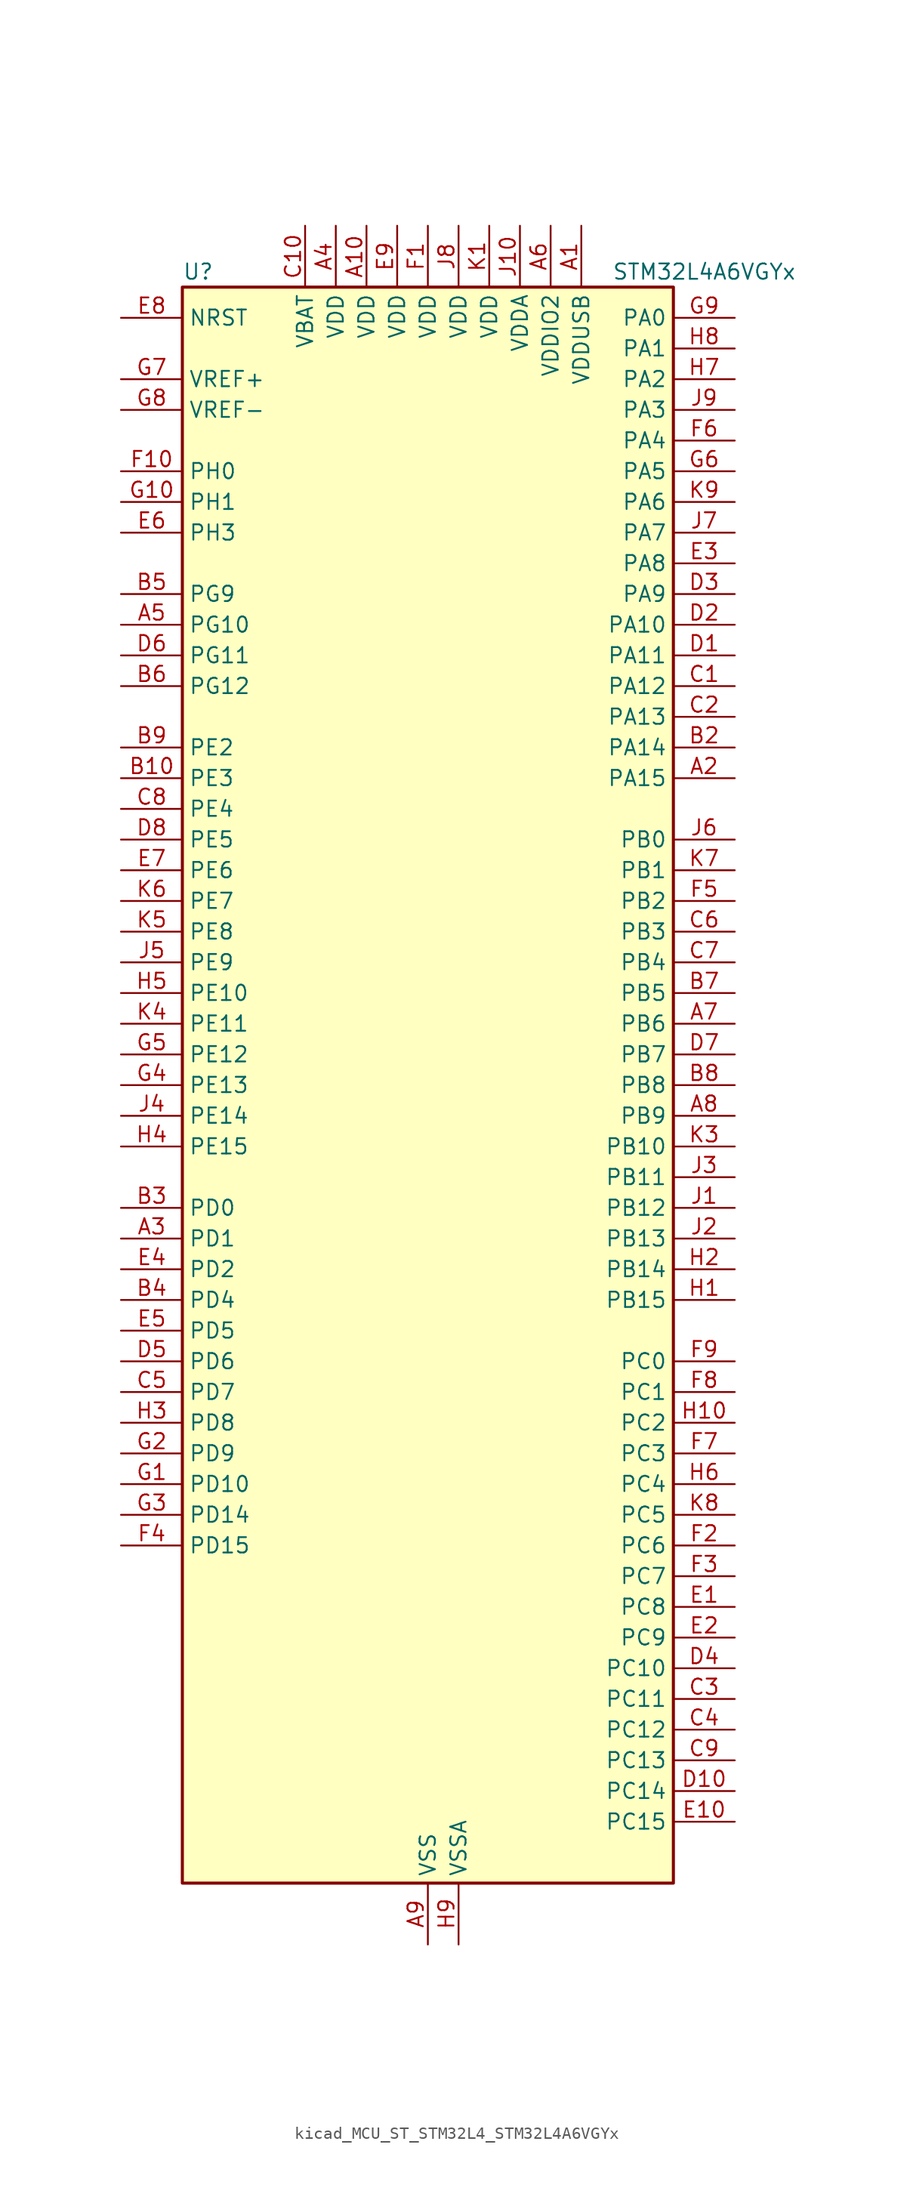
<source format=kicad_sym>
(kicad_symbol_lib
  (version 20220914)
  (generator kicad_symbol_editor)
  (symbol "kicad_MCU_ST_STM32L4_STM32L4A6VGYx"
    (property "Reference" "U"
      (at -20.32 67.31 0)
      (effects (font (size 1.27 1.27)) (justify left)))
    (property "Value" "STM32L4A6VGYx"
      (at 15.24 67.31 0)
      (effects (font (size 1.27 1.27)) (justify left)))
    (property "ki_locked" ""
      (at 0 0 0)
      (effects (font (size 1.27 1.27))))
    (symbol "kicad_MCU_ST_STM32L4_STM32L4A6VGYx_0_1"
      (rectangle (start -20.32 -66.04) (end 20.32 66.04) (stroke (width 0.254) (type default)) (fill (type background))))
    (symbol "kicad_MCU_ST_STM32L4_STM32L4A6VGYx_1_1"
      (pin power_in line (at 12.7 71.12 270) (length 5.08) (name "VDDUSB" (effects (font (size 1.27 1.27)))) (number "A1" (effects (font (size 1.27 1.27)))))
      (pin power_in line (at -5.08 71.12 270) (length 5.08) (name "VDD" (effects (font (size 1.27 1.27)))) (number "A10" (effects (font (size 1.27 1.27)))))
      (pin bidirectional line (at 25.4 25.4 180) (length 5.08) (name "PA15" (effects (font (size 1.27 1.27)))) (number "A2" (effects (font (size 1.27 1.27)))) (alternate "ADC1_EXTI15" bidirectional line) (alternate "ADC2_EXTI15" bidirectional line) (alternate "ADC3_EXTI15" bidirectional line) (alternate "LCD_SEG17" bidirectional line) (alternate "SAI2_FS_B" bidirectional line) (alternate "SPI1_NSS" bidirectional line) (alternate "SPI3_NSS" bidirectional line) (alternate "SWPMI1_SUSPEND" bidirectional line) (alternate "SYS_JTDI" bidirectional line) (alternate "TIM2_CH1" bidirectional line) (alternate "TIM2_ETR" bidirectional line) (alternate "TSC_G3_IO1" bidirectional line) (alternate "UART4_DE" bidirectional line) (alternate "UART4_RTS" bidirectional line) (alternate "USART2_RX" bidirectional line) (alternate "USART3_DE" bidirectional line) (alternate "USART3_RTS" bidirectional line))
      (pin bidirectional line (at -25.4 -12.7 0) (length 5.08) (name "PD1" (effects (font (size 1.27 1.27)))) (number "A3" (effects (font (size 1.27 1.27)))) (alternate "CAN1_TX" bidirectional line) (alternate "DFSDM1_CKIN7" bidirectional line) (alternate "FMC_D3" bidirectional line) (alternate "FMC_DA3" bidirectional line) (alternate "SPI2_SCK" bidirectional line))
      (pin power_in line (at -7.62 71.12 270) (length 5.08) (name "VDD" (effects (font (size 1.27 1.27)))) (number "A4" (effects (font (size 1.27 1.27)))))
      (pin bidirectional line (at -25.4 38.1 0) (length 5.08) (name "PG10" (effects (font (size 1.27 1.27)))) (number "A5" (effects (font (size 1.27 1.27)))) (alternate "LPTIM1_IN1" bidirectional line) (alternate "SAI2_FS_A" bidirectional line) (alternate "SPI3_MISO" bidirectional line) (alternate "TIM15_CH1" bidirectional line) (alternate "USART1_RX" bidirectional line))
      (pin power_in line (at 10.16 71.12 270) (length 5.08) (name "VDDIO2" (effects (font (size 1.27 1.27)))) (number "A6" (effects (font (size 1.27 1.27)))))
      (pin bidirectional line (at 25.4 5.08 180) (length 5.08) (name "PB6" (effects (font (size 1.27 1.27)))) (number "A7" (effects (font (size 1.27 1.27)))) (alternate "CAN2_TX" bidirectional line) (alternate "COMP2_INP" bidirectional line) (alternate "DCMI_D5" bidirectional line) (alternate "DFSDM1_DATIN5" bidirectional line) (alternate "I2C1_SCL" bidirectional line) (alternate "I2C4_SCL" bidirectional line) (alternate "LPTIM1_ETR" bidirectional line) (alternate "SAI1_FS_B" bidirectional line) (alternate "TIM16_CH1N" bidirectional line) (alternate "TIM4_CH1" bidirectional line) (alternate "TIM8_BKIN2" bidirectional line) (alternate "TIM8_BKIN2_COMP2" bidirectional line) (alternate "TSC_G2_IO3" bidirectional line) (alternate "USART1_TX" bidirectional line))
      (pin bidirectional line (at 25.4 -2.54 180) (length 5.08) (name "PB9" (effects (font (size 1.27 1.27)))) (number "A8" (effects (font (size 1.27 1.27)))) (alternate "CAN1_TX" bidirectional line) (alternate "DAC1_EXTI9" bidirectional line) (alternate "DCMI_D7" bidirectional line) (alternate "DFSDM1_CKIN6" bidirectional line) (alternate "I2C1_SDA" bidirectional line) (alternate "IR_OUT" bidirectional line) (alternate "LCD_COM3" bidirectional line) (alternate "SAI1_FS_A" bidirectional line) (alternate "SDMMC1_D5" bidirectional line) (alternate "SPI2_NSS" bidirectional line) (alternate "TIM17_CH1" bidirectional line) (alternate "TIM4_CH4" bidirectional line))
      (pin power_in line (at 0 -71.12 90) (length 5.08) (name "VSS" (effects (font (size 1.27 1.27)))) (number "A9" (effects (font (size 1.27 1.27)))))
      (pin passive line (at 0 -71.12 90) (length 5.08) hide (name "VSS" (effects (font (size 1.27 1.27)))) (number "B1" (effects (font (size 1.27 1.27)))))
      (pin bidirectional line (at -25.4 25.4 0) (length 5.08) (name "PE3" (effects (font (size 1.27 1.27)))) (number "B10" (effects (font (size 1.27 1.27)))) (alternate "FMC_A19" bidirectional line) (alternate "LCD_SEG39" bidirectional line) (alternate "SAI1_SD_B" bidirectional line) (alternate "SYS_TRACED0" bidirectional line) (alternate "TIM3_CH1" bidirectional line) (alternate "TSC_G7_IO2" bidirectional line))
      (pin bidirectional line (at 25.4 27.94 180) (length 5.08) (name "PA14" (effects (font (size 1.27 1.27)))) (number "B2" (effects (font (size 1.27 1.27)))) (alternate "I2C1_SMBA" bidirectional line) (alternate "I2C4_SMBA" bidirectional line) (alternate "LPTIM1_OUT" bidirectional line) (alternate "SAI1_FS_B" bidirectional line) (alternate "SWPMI1_RX" bidirectional line) (alternate "SYS_JTCK-SWCLK" bidirectional line) (alternate "USB_OTG_FS_SOF" bidirectional line))
      (pin bidirectional line (at -25.4 -10.16 0) (length 5.08) (name "PD0" (effects (font (size 1.27 1.27)))) (number "B3" (effects (font (size 1.27 1.27)))) (alternate "CAN1_RX" bidirectional line) (alternate "DFSDM1_DATIN7" bidirectional line) (alternate "FMC_D2" bidirectional line) (alternate "FMC_DA2" bidirectional line) (alternate "SPI2_NSS" bidirectional line))
      (pin bidirectional line (at -25.4 -17.78 0) (length 5.08) (name "PD4" (effects (font (size 1.27 1.27)))) (number "B4" (effects (font (size 1.27 1.27)))) (alternate "DFSDM1_CKIN0" bidirectional line) (alternate "FMC_NOE" bidirectional line) (alternate "QUADSPI_BK2_IO0" bidirectional line) (alternate "SPI2_MOSI" bidirectional line) (alternate "USART2_DE" bidirectional line) (alternate "USART2_RTS" bidirectional line))
      (pin bidirectional line (at -25.4 40.64 0) (length 5.08) (name "PG9" (effects (font (size 1.27 1.27)))) (number "B5" (effects (font (size 1.27 1.27)))) (alternate "DAC1_EXTI9" bidirectional line) (alternate "FMC_NCE" bidirectional line) (alternate "SAI2_SCK_A" bidirectional line) (alternate "SPI3_SCK" bidirectional line) (alternate "TIM15_CH1N" bidirectional line) (alternate "USART1_TX" bidirectional line))
      (pin bidirectional line (at -25.4 33.02 0) (length 5.08) (name "PG12" (effects (font (size 1.27 1.27)))) (number "B6" (effects (font (size 1.27 1.27)))) (alternate "LPTIM1_ETR" bidirectional line) (alternate "SAI2_SD_A" bidirectional line) (alternate "SPI3_NSS" bidirectional line) (alternate "USART1_DE" bidirectional line) (alternate "USART1_RTS" bidirectional line))
      (pin bidirectional line (at 25.4 7.62 180) (length 5.08) (name "PB5" (effects (font (size 1.27 1.27)))) (number "B7" (effects (font (size 1.27 1.27)))) (alternate "CAN2_RX" bidirectional line) (alternate "COMP2_OUT" bidirectional line) (alternate "DCMI_D10" bidirectional line) (alternate "I2C1_SMBA" bidirectional line) (alternate "LCD_SEG9" bidirectional line) (alternate "LPTIM1_IN1" bidirectional line) (alternate "SAI1_SD_B" bidirectional line) (alternate "SPI1_MOSI" bidirectional line) (alternate "SPI3_MOSI" bidirectional line) (alternate "TIM16_BKIN" bidirectional line) (alternate "TIM3_CH2" bidirectional line) (alternate "TSC_G2_IO2" bidirectional line) (alternate "UART5_CTS" bidirectional line) (alternate "USART1_CK" bidirectional line))
      (pin bidirectional line (at 25.4 0 180) (length 5.08) (name "PB8" (effects (font (size 1.27 1.27)))) (number "B8" (effects (font (size 1.27 1.27)))) (alternate "CAN1_RX" bidirectional line) (alternate "DCMI_D6" bidirectional line) (alternate "DFSDM1_DATIN6" bidirectional line) (alternate "I2C1_SCL" bidirectional line) (alternate "LCD_SEG16" bidirectional line) (alternate "SAI1_MCLK_A" bidirectional line) (alternate "SDMMC1_D4" bidirectional line) (alternate "TIM16_CH1" bidirectional line) (alternate "TIM4_CH3" bidirectional line))
      (pin bidirectional line (at -25.4 27.94 0) (length 5.08) (name "PE2" (effects (font (size 1.27 1.27)))) (number "B9" (effects (font (size 1.27 1.27)))) (alternate "FMC_A23" bidirectional line) (alternate "LCD_SEG38" bidirectional line) (alternate "SAI1_MCLK_A" bidirectional line) (alternate "SYS_TRACECLK" bidirectional line) (alternate "TIM3_ETR" bidirectional line) (alternate "TSC_G7_IO1" bidirectional line))
      (pin bidirectional line (at 25.4 33.02 180) (length 5.08) (name "PA12" (effects (font (size 1.27 1.27)))) (number "C1" (effects (font (size 1.27 1.27)))) (alternate "CAN1_TX" bidirectional line) (alternate "SPI1_MOSI" bidirectional line) (alternate "TIM1_ETR" bidirectional line) (alternate "USART1_DE" bidirectional line) (alternate "USART1_RTS" bidirectional line) (alternate "USB_OTG_FS_DP" bidirectional line))
      (pin power_in line (at -10.16 71.12 270) (length 5.08) (name "VBAT" (effects (font (size 1.27 1.27)))) (number "C10" (effects (font (size 1.27 1.27)))))
      (pin bidirectional line (at 25.4 30.48 180) (length 5.08) (name "PA13" (effects (font (size 1.27 1.27)))) (number "C2" (effects (font (size 1.27 1.27)))) (alternate "IR_OUT" bidirectional line) (alternate "SAI1_SD_B" bidirectional line) (alternate "SWPMI1_TX" bidirectional line) (alternate "SYS_JTMS-SWDIO" bidirectional line) (alternate "USB_OTG_FS_NOE" bidirectional line))
      (pin bidirectional line (at 25.4 -50.8 180) (length 5.08) (name "PC11" (effects (font (size 1.27 1.27)))) (number "C3" (effects (font (size 1.27 1.27)))) (alternate "ADC1_EXTI11" bidirectional line) (alternate "ADC2_EXTI11" bidirectional line) (alternate "ADC3_EXTI11" bidirectional line) (alternate "DCMI_D4" bidirectional line) (alternate "LCD_COM5" bidirectional line) (alternate "LCD_SEG29" bidirectional line) (alternate "LCD_SEG41" bidirectional line) (alternate "QUADSPI_BK2_NCS" bidirectional line) (alternate "SAI2_MCLK_B" bidirectional line) (alternate "SDMMC1_D3" bidirectional line) (alternate "SPI3_MISO" bidirectional line) (alternate "TSC_G3_IO3" bidirectional line) (alternate "UART4_RX" bidirectional line) (alternate "USART3_RX" bidirectional line))
      (pin bidirectional line (at 25.4 -53.34 180) (length 5.08) (name "PC12" (effects (font (size 1.27 1.27)))) (number "C4" (effects (font (size 1.27 1.27)))) (alternate "DCMI_D9" bidirectional line) (alternate "LCD_COM6" bidirectional line) (alternate "LCD_SEG30" bidirectional line) (alternate "LCD_SEG42" bidirectional line) (alternate "SAI2_SD_B" bidirectional line) (alternate "SDMMC1_CK" bidirectional line) (alternate "SPI3_MOSI" bidirectional line) (alternate "SYS_TRACED3" bidirectional line) (alternate "TSC_G3_IO4" bidirectional line) (alternate "UART5_TX" bidirectional line) (alternate "USART3_CK" bidirectional line))
      (pin bidirectional line (at -25.4 -25.4 0) (length 5.08) (name "PD7" (effects (font (size 1.27 1.27)))) (number "C5" (effects (font (size 1.27 1.27)))) (alternate "DFSDM1_CKIN1" bidirectional line) (alternate "FMC_NE1" bidirectional line) (alternate "QUADSPI_BK2_IO3" bidirectional line) (alternate "USART2_CK" bidirectional line))
      (pin bidirectional line (at 25.4 12.7 180) (length 5.08) (name "PB3" (effects (font (size 1.27 1.27)))) (number "C6" (effects (font (size 1.27 1.27)))) (alternate "COMP2_INM" bidirectional line) (alternate "CRS_SYNC" bidirectional line) (alternate "LCD_SEG7" bidirectional line) (alternate "SAI1_SCK_B" bidirectional line) (alternate "SPI1_SCK" bidirectional line) (alternate "SPI3_SCK" bidirectional line) (alternate "SYS_JTDO-SWO" bidirectional line) (alternate "TIM2_CH2" bidirectional line) (alternate "USART1_DE" bidirectional line) (alternate "USART1_RTS" bidirectional line))
      (pin bidirectional line (at 25.4 10.16 180) (length 5.08) (name "PB4" (effects (font (size 1.27 1.27)))) (number "C7" (effects (font (size 1.27 1.27)))) (alternate "COMP2_INP" bidirectional line) (alternate "DCMI_D12" bidirectional line) (alternate "I2C3_SDA" bidirectional line) (alternate "LCD_SEG8" bidirectional line) (alternate "SAI1_MCLK_B" bidirectional line) (alternate "SPI1_MISO" bidirectional line) (alternate "SPI3_MISO" bidirectional line) (alternate "SYS_JTRST" bidirectional line) (alternate "TIM17_BKIN" bidirectional line) (alternate "TIM3_CH1" bidirectional line) (alternate "TSC_G2_IO1" bidirectional line) (alternate "UART5_DE" bidirectional line) (alternate "UART5_RTS" bidirectional line) (alternate "USART1_CTS" bidirectional line))
      (pin bidirectional line (at -25.4 22.86 0) (length 5.08) (name "PE4" (effects (font (size 1.27 1.27)))) (number "C8" (effects (font (size 1.27 1.27)))) (alternate "DCMI_D4" bidirectional line) (alternate "DFSDM1_DATIN3" bidirectional line) (alternate "FMC_A20" bidirectional line) (alternate "SAI1_FS_A" bidirectional line) (alternate "SYS_TRACED1" bidirectional line) (alternate "TIM3_CH2" bidirectional line) (alternate "TSC_G7_IO3" bidirectional line))
      (pin bidirectional line (at 25.4 -55.88 180) (length 5.08) (name "PC13" (effects (font (size 1.27 1.27)))) (number "C9" (effects (font (size 1.27 1.27)))) (alternate "RTC_OUT_ALARM" bidirectional line) (alternate "RTC_OUT_CALIB" bidirectional line) (alternate "RTC_TAMP1" bidirectional line) (alternate "RTC_TS" bidirectional line) (alternate "SYS_WKUP2" bidirectional line))
      (pin bidirectional line (at 25.4 35.56 180) (length 5.08) (name "PA11" (effects (font (size 1.27 1.27)))) (number "D1" (effects (font (size 1.27 1.27)))) (alternate "ADC1_EXTI11" bidirectional line) (alternate "ADC2_EXTI11" bidirectional line) (alternate "ADC3_EXTI11" bidirectional line) (alternate "CAN1_RX" bidirectional line) (alternate "SPI1_MISO" bidirectional line) (alternate "TIM1_BKIN2" bidirectional line) (alternate "TIM1_BKIN2_COMP1" bidirectional line) (alternate "TIM1_CH4" bidirectional line) (alternate "USART1_CTS" bidirectional line) (alternate "USB_OTG_FS_DM" bidirectional line))
      (pin bidirectional line (at 25.4 -58.42 180) (length 5.08) (name "PC14" (effects (font (size 1.27 1.27)))) (number "D10" (effects (font (size 1.27 1.27)))) (alternate "RCC_OSC32_IN" bidirectional line))
      (pin bidirectional line (at 25.4 38.1 180) (length 5.08) (name "PA10" (effects (font (size 1.27 1.27)))) (number "D2" (effects (font (size 1.27 1.27)))) (alternate "DCMI_D1" bidirectional line) (alternate "LCD_COM2" bidirectional line) (alternate "SAI1_SD_A" bidirectional line) (alternate "TIM17_BKIN" bidirectional line) (alternate "TIM1_CH3" bidirectional line) (alternate "USART1_RX" bidirectional line) (alternate "USB_OTG_FS_ID" bidirectional line))
      (pin bidirectional line (at 25.4 40.64 180) (length 5.08) (name "PA9" (effects (font (size 1.27 1.27)))) (number "D3" (effects (font (size 1.27 1.27)))) (alternate "DAC1_EXTI9" bidirectional line) (alternate "DCMI_D0" bidirectional line) (alternate "LCD_COM1" bidirectional line) (alternate "SAI1_FS_A" bidirectional line) (alternate "SPI2_SCK" bidirectional line) (alternate "TIM15_BKIN" bidirectional line) (alternate "TIM1_CH2" bidirectional line) (alternate "USART1_TX" bidirectional line) (alternate "USB_OTG_FS_VBUS" bidirectional line))
      (pin bidirectional line (at 25.4 -48.26 180) (length 5.08) (name "PC10" (effects (font (size 1.27 1.27)))) (number "D4" (effects (font (size 1.27 1.27)))) (alternate "DCMI_D8" bidirectional line) (alternate "LCD_COM4" bidirectional line) (alternate "LCD_SEG28" bidirectional line) (alternate "LCD_SEG40" bidirectional line) (alternate "SAI2_SCK_B" bidirectional line) (alternate "SDMMC1_D2" bidirectional line) (alternate "SPI3_SCK" bidirectional line) (alternate "SYS_TRACED1" bidirectional line) (alternate "TSC_G3_IO2" bidirectional line) (alternate "UART4_TX" bidirectional line) (alternate "USART3_TX" bidirectional line))
      (pin bidirectional line (at -25.4 -22.86 0) (length 5.08) (name "PD6" (effects (font (size 1.27 1.27)))) (number "D5" (effects (font (size 1.27 1.27)))) (alternate "DCMI_D10" bidirectional line) (alternate "DFSDM1_DATIN1" bidirectional line) (alternate "FMC_NWAIT" bidirectional line) (alternate "QUADSPI_BK2_IO1" bidirectional line) (alternate "QUADSPI_BK2_IO2" bidirectional line) (alternate "SAI1_SD_A" bidirectional line) (alternate "USART2_RX" bidirectional line))
      (pin bidirectional line (at -25.4 35.56 0) (length 5.08) (name "PG11" (effects (font (size 1.27 1.27)))) (number "D6" (effects (font (size 1.27 1.27)))) (alternate "ADC1_EXTI11" bidirectional line) (alternate "ADC2_EXTI11" bidirectional line) (alternate "ADC3_EXTI11" bidirectional line) (alternate "LPTIM1_IN2" bidirectional line) (alternate "SAI2_MCLK_A" bidirectional line) (alternate "SPI3_MOSI" bidirectional line) (alternate "TIM15_CH2" bidirectional line) (alternate "USART1_CTS" bidirectional line))
      (pin bidirectional line (at 25.4 2.54 180) (length 5.08) (name "PB7" (effects (font (size 1.27 1.27)))) (number "D7" (effects (font (size 1.27 1.27)))) (alternate "COMP2_INM" bidirectional line) (alternate "DCMI_VSYNC" bidirectional line) (alternate "DFSDM1_CKIN5" bidirectional line) (alternate "FMC_NL" bidirectional line) (alternate "I2C1_SDA" bidirectional line) (alternate "I2C4_SDA" bidirectional line) (alternate "LCD_SEG21" bidirectional line) (alternate "LPTIM1_IN2" bidirectional line) (alternate "SYS_PVD_IN" bidirectional line) (alternate "TIM17_CH1N" bidirectional line) (alternate "TIM4_CH2" bidirectional line) (alternate "TIM8_BKIN" bidirectional line) (alternate "TIM8_BKIN_COMP1" bidirectional line) (alternate "TSC_G2_IO4" bidirectional line) (alternate "UART4_CTS" bidirectional line) (alternate "USART1_RX" bidirectional line))
      (pin bidirectional line (at -25.4 20.32 0) (length 5.08) (name "PE5" (effects (font (size 1.27 1.27)))) (number "D8" (effects (font (size 1.27 1.27)))) (alternate "DCMI_D6" bidirectional line) (alternate "DFSDM1_CKIN3" bidirectional line) (alternate "FMC_A21" bidirectional line) (alternate "SAI1_SCK_A" bidirectional line) (alternate "SYS_TRACED2" bidirectional line) (alternate "TIM3_CH3" bidirectional line) (alternate "TSC_G7_IO4" bidirectional line))
      (pin passive line (at 0 -71.12 90) (length 5.08) hide (name "VSS" (effects (font (size 1.27 1.27)))) (number "D9" (effects (font (size 1.27 1.27)))))
      (pin bidirectional line (at 25.4 -43.18 180) (length 5.08) (name "PC8" (effects (font (size 1.27 1.27)))) (number "E1" (effects (font (size 1.27 1.27)))) (alternate "DCMI_D2" bidirectional line) (alternate "LCD_SEG26" bidirectional line) (alternate "SDMMC1_D0" bidirectional line) (alternate "TIM3_CH3" bidirectional line) (alternate "TIM8_CH3" bidirectional line) (alternate "TSC_G4_IO3" bidirectional line))
      (pin bidirectional line (at 25.4 -60.96 180) (length 5.08) (name "PC15" (effects (font (size 1.27 1.27)))) (number "E10" (effects (font (size 1.27 1.27)))) (alternate "ADC1_EXTI15" bidirectional line) (alternate "ADC2_EXTI15" bidirectional line) (alternate "ADC3_EXTI15" bidirectional line) (alternate "RCC_OSC32_OUT" bidirectional line))
      (pin bidirectional line (at 25.4 -45.72 180) (length 5.08) (name "PC9" (effects (font (size 1.27 1.27)))) (number "E2" (effects (font (size 1.27 1.27)))) (alternate "DAC1_EXTI9" bidirectional line) (alternate "DCMI_D3" bidirectional line) (alternate "I2C3_SDA" bidirectional line) (alternate "LCD_SEG27" bidirectional line) (alternate "SAI2_EXTCLK" bidirectional line) (alternate "SDMMC1_D1" bidirectional line) (alternate "TIM3_CH4" bidirectional line) (alternate "TIM8_BKIN2" bidirectional line) (alternate "TIM8_BKIN2_COMP1" bidirectional line) (alternate "TIM8_CH4" bidirectional line) (alternate "TSC_G4_IO4" bidirectional line) (alternate "USB_OTG_FS_NOE" bidirectional line))
      (pin bidirectional line (at 25.4 43.18 180) (length 5.08) (name "PA8" (effects (font (size 1.27 1.27)))) (number "E3" (effects (font (size 1.27 1.27)))) (alternate "LCD_COM0" bidirectional line) (alternate "LPTIM2_OUT" bidirectional line) (alternate "RCC_MCO" bidirectional line) (alternate "SAI1_SCK_A" bidirectional line) (alternate "SWPMI1_IO" bidirectional line) (alternate "TIM1_CH1" bidirectional line) (alternate "USART1_CK" bidirectional line) (alternate "USB_OTG_FS_SOF" bidirectional line))
      (pin bidirectional line (at -25.4 -15.24 0) (length 5.08) (name "PD2" (effects (font (size 1.27 1.27)))) (number "E4" (effects (font (size 1.27 1.27)))) (alternate "DCMI_D11" bidirectional line) (alternate "LCD_COM7" bidirectional line) (alternate "LCD_SEG31" bidirectional line) (alternate "LCD_SEG43" bidirectional line) (alternate "SDMMC1_CMD" bidirectional line) (alternate "SYS_TRACED2" bidirectional line) (alternate "TIM3_ETR" bidirectional line) (alternate "TSC_SYNC" bidirectional line) (alternate "UART5_RX" bidirectional line) (alternate "USART3_DE" bidirectional line) (alternate "USART3_RTS" bidirectional line))
      (pin bidirectional line (at -25.4 -20.32 0) (length 5.08) (name "PD5" (effects (font (size 1.27 1.27)))) (number "E5" (effects (font (size 1.27 1.27)))) (alternate "FMC_NWE" bidirectional line) (alternate "QUADSPI_BK2_IO1" bidirectional line) (alternate "USART2_TX" bidirectional line))
      (pin bidirectional line (at -25.4 45.72 0) (length 5.08) (name "PH3" (effects (font (size 1.27 1.27)))) (number "E6" (effects (font (size 1.27 1.27)))))
      (pin bidirectional line (at -25.4 17.78 0) (length 5.08) (name "PE6" (effects (font (size 1.27 1.27)))) (number "E7" (effects (font (size 1.27 1.27)))) (alternate "DCMI_D7" bidirectional line) (alternate "FMC_A22" bidirectional line) (alternate "RTC_TAMP3" bidirectional line) (alternate "SAI1_SD_A" bidirectional line) (alternate "SYS_TRACED3" bidirectional line) (alternate "SYS_WKUP3" bidirectional line) (alternate "TIM3_CH4" bidirectional line))
      (pin input line (at -25.4 63.5 0) (length 5.08) (name "NRST" (effects (font (size 1.27 1.27)))) (number "E8" (effects (font (size 1.27 1.27)))))
      (pin power_in line (at -2.54 71.12 270) (length 5.08) (name "VDD" (effects (font (size 1.27 1.27)))) (number "E9" (effects (font (size 1.27 1.27)))))
      (pin power_in line (at 0 71.12 270) (length 5.08) (name "VDD" (effects (font (size 1.27 1.27)))) (number "F1" (effects (font (size 1.27 1.27)))))
      (pin bidirectional line (at -25.4 50.8 0) (length 5.08) (name "PH0" (effects (font (size 1.27 1.27)))) (number "F10" (effects (font (size 1.27 1.27)))) (alternate "RCC_OSC_IN" bidirectional line))
      (pin bidirectional line (at 25.4 -38.1 180) (length 5.08) (name "PC6" (effects (font (size 1.27 1.27)))) (number "F2" (effects (font (size 1.27 1.27)))) (alternate "DCMI_D0" bidirectional line) (alternate "DFSDM1_CKIN3" bidirectional line) (alternate "LCD_SEG24" bidirectional line) (alternate "SAI2_MCLK_A" bidirectional line) (alternate "SDMMC1_D6" bidirectional line) (alternate "TIM3_CH1" bidirectional line) (alternate "TIM8_CH1" bidirectional line) (alternate "TSC_G4_IO1" bidirectional line))
      (pin bidirectional line (at 25.4 -40.64 180) (length 5.08) (name "PC7" (effects (font (size 1.27 1.27)))) (number "F3" (effects (font (size 1.27 1.27)))) (alternate "DCMI_D1" bidirectional line) (alternate "DFSDM1_DATIN3" bidirectional line) (alternate "LCD_SEG25" bidirectional line) (alternate "SAI2_MCLK_B" bidirectional line) (alternate "SDMMC1_D7" bidirectional line) (alternate "TIM3_CH2" bidirectional line) (alternate "TIM8_CH2" bidirectional line) (alternate "TSC_G4_IO2" bidirectional line))
      (pin bidirectional line (at -25.4 -38.1 0) (length 5.08) (name "PD15" (effects (font (size 1.27 1.27)))) (number "F4" (effects (font (size 1.27 1.27)))) (alternate "ADC1_EXTI15" bidirectional line) (alternate "ADC2_EXTI15" bidirectional line) (alternate "ADC3_EXTI15" bidirectional line) (alternate "FMC_D1" bidirectional line) (alternate "FMC_DA1" bidirectional line) (alternate "LCD_SEG35" bidirectional line) (alternate "TIM4_CH4" bidirectional line))
      (pin bidirectional line (at 25.4 15.24 180) (length 5.08) (name "PB2" (effects (font (size 1.27 1.27)))) (number "F5" (effects (font (size 1.27 1.27)))) (alternate "COMP1_INP" bidirectional line) (alternate "DFSDM1_CKIN0" bidirectional line) (alternate "I2C3_SMBA" bidirectional line) (alternate "LCD_VLCD" bidirectional line) (alternate "LPTIM1_OUT" bidirectional line) (alternate "RTC_OUT_ALARM" bidirectional line) (alternate "RTC_OUT_CALIB" bidirectional line))
      (pin bidirectional line (at 25.4 53.34 180) (length 5.08) (name "PA4" (effects (font (size 1.27 1.27)))) (number "F6" (effects (font (size 1.27 1.27)))) (alternate "ADC1_IN9" bidirectional line) (alternate "ADC2_IN9" bidirectional line) (alternate "DAC1_OUT1" bidirectional line) (alternate "DCMI_HSYNC" bidirectional line) (alternate "LPTIM2_OUT" bidirectional line) (alternate "SAI1_FS_B" bidirectional line) (alternate "SPI1_NSS" bidirectional line) (alternate "SPI3_NSS" bidirectional line) (alternate "USART2_CK" bidirectional line))
      (pin bidirectional line (at 25.4 -30.48 180) (length 5.08) (name "PC3" (effects (font (size 1.27 1.27)))) (number "F7" (effects (font (size 1.27 1.27)))) (alternate "ADC1_IN4" bidirectional line) (alternate "ADC2_IN4" bidirectional line) (alternate "ADC3_IN4" bidirectional line) (alternate "LCD_VLCD" bidirectional line) (alternate "LPTIM1_ETR" bidirectional line) (alternate "LPTIM2_ETR" bidirectional line) (alternate "QUADSPI_BK2_IO2" bidirectional line) (alternate "SAI1_SD_A" bidirectional line) (alternate "SPI2_MOSI" bidirectional line))
      (pin bidirectional line (at 25.4 -25.4 180) (length 5.08) (name "PC1" (effects (font (size 1.27 1.27)))) (number "F8" (effects (font (size 1.27 1.27)))) (alternate "ADC1_IN2" bidirectional line) (alternate "ADC2_IN2" bidirectional line) (alternate "ADC3_IN2" bidirectional line) (alternate "DFSDM1_CKIN4" bidirectional line) (alternate "I2C3_SDA" bidirectional line) (alternate "I2C4_SDA" bidirectional line) (alternate "LCD_SEG19" bidirectional line) (alternate "LPTIM1_OUT" bidirectional line) (alternate "LPUART1_TX" bidirectional line) (alternate "QUADSPI_BK2_IO0" bidirectional line) (alternate "SAI1_SD_A" bidirectional line) (alternate "SPI2_MOSI" bidirectional line) (alternate "SYS_TRACED0" bidirectional line))
      (pin bidirectional line (at 25.4 -22.86 180) (length 5.08) (name "PC0" (effects (font (size 1.27 1.27)))) (number "F9" (effects (font (size 1.27 1.27)))) (alternate "ADC1_IN1" bidirectional line) (alternate "ADC2_IN1" bidirectional line) (alternate "ADC3_IN1" bidirectional line) (alternate "DFSDM1_DATIN4" bidirectional line) (alternate "I2C3_SCL" bidirectional line) (alternate "I2C4_SCL" bidirectional line) (alternate "LCD_SEG18" bidirectional line) (alternate "LPTIM1_IN1" bidirectional line) (alternate "LPTIM2_IN1" bidirectional line) (alternate "LPUART1_RX" bidirectional line))
      (pin bidirectional line (at -25.4 -33.02 0) (length 5.08) (name "PD10" (effects (font (size 1.27 1.27)))) (number "G1" (effects (font (size 1.27 1.27)))) (alternate "FMC_D15" bidirectional line) (alternate "FMC_DA15" bidirectional line) (alternate "LCD_SEG30" bidirectional line) (alternate "SAI2_SCK_A" bidirectional line) (alternate "USART3_CK" bidirectional line))
      (pin bidirectional line (at -25.4 48.26 0) (length 5.08) (name "PH1" (effects (font (size 1.27 1.27)))) (number "G10" (effects (font (size 1.27 1.27)))) (alternate "RCC_OSC_OUT" bidirectional line))
      (pin bidirectional line (at -25.4 -30.48 0) (length 5.08) (name "PD9" (effects (font (size 1.27 1.27)))) (number "G2" (effects (font (size 1.27 1.27)))) (alternate "DAC1_EXTI9" bidirectional line) (alternate "DCMI_PIXCLK" bidirectional line) (alternate "FMC_D14" bidirectional line) (alternate "FMC_DA14" bidirectional line) (alternate "LCD_SEG29" bidirectional line) (alternate "SAI2_MCLK_A" bidirectional line) (alternate "USART3_RX" bidirectional line))
      (pin bidirectional line (at -25.4 -35.56 0) (length 5.08) (name "PD14" (effects (font (size 1.27 1.27)))) (number "G3" (effects (font (size 1.27 1.27)))) (alternate "FMC_D0" bidirectional line) (alternate "FMC_DA0" bidirectional line) (alternate "LCD_SEG34" bidirectional line) (alternate "TIM4_CH3" bidirectional line))
      (pin bidirectional line (at -25.4 0 0) (length 5.08) (name "PE13" (effects (font (size 1.27 1.27)))) (number "G4" (effects (font (size 1.27 1.27)))) (alternate "DFSDM1_CKIN5" bidirectional line) (alternate "FMC_D10" bidirectional line) (alternate "FMC_DA10" bidirectional line) (alternate "QUADSPI_BK1_IO1" bidirectional line) (alternate "SPI1_SCK" bidirectional line) (alternate "TIM1_CH3" bidirectional line) (alternate "TSC_G5_IO4" bidirectional line))
      (pin bidirectional line (at -25.4 2.54 0) (length 5.08) (name "PE12" (effects (font (size 1.27 1.27)))) (number "G5" (effects (font (size 1.27 1.27)))) (alternate "DFSDM1_DATIN5" bidirectional line) (alternate "FMC_D9" bidirectional line) (alternate "FMC_DA9" bidirectional line) (alternate "QUADSPI_BK1_IO0" bidirectional line) (alternate "SPI1_NSS" bidirectional line) (alternate "TIM1_CH3N" bidirectional line) (alternate "TSC_G5_IO3" bidirectional line))
      (pin bidirectional line (at 25.4 50.8 180) (length 5.08) (name "PA5" (effects (font (size 1.27 1.27)))) (number "G6" (effects (font (size 1.27 1.27)))) (alternate "ADC1_IN10" bidirectional line) (alternate "ADC2_IN10" bidirectional line) (alternate "DAC1_OUT2" bidirectional line) (alternate "LPTIM2_ETR" bidirectional line) (alternate "SPI1_SCK" bidirectional line) (alternate "TIM2_CH1" bidirectional line) (alternate "TIM2_ETR" bidirectional line) (alternate "TIM8_CH1N" bidirectional line))
      (pin input line (at -25.4 58.42 0) (length 5.08) (name "VREF+" (effects (font (size 1.27 1.27)))) (number "G7" (effects (font (size 1.27 1.27)))) (alternate "VREFBUF_OUT" bidirectional line))
      (pin input line (at -25.4 55.88 0) (length 5.08) (name "VREF-" (effects (font (size 1.27 1.27)))) (number "G8" (effects (font (size 1.27 1.27)))))
      (pin bidirectional line (at 25.4 63.5 180) (length 5.08) (name "PA0" (effects (font (size 1.27 1.27)))) (number "G9" (effects (font (size 1.27 1.27)))) (alternate "ADC1_IN5" bidirectional line) (alternate "ADC2_IN5" bidirectional line) (alternate "OPAMP1_VINP" bidirectional line) (alternate "RTC_TAMP2" bidirectional line) (alternate "SAI1_EXTCLK" bidirectional line) (alternate "SYS_WKUP1" bidirectional line) (alternate "TIM2_CH1" bidirectional line) (alternate "TIM2_ETR" bidirectional line) (alternate "TIM5_CH1" bidirectional line) (alternate "TIM8_ETR" bidirectional line) (alternate "UART4_TX" bidirectional line) (alternate "USART2_CTS" bidirectional line))
      (pin bidirectional line (at 25.4 -17.78 180) (length 5.08) (name "PB15" (effects (font (size 1.27 1.27)))) (number "H1" (effects (font (size 1.27 1.27)))) (alternate "ADC1_EXTI15" bidirectional line) (alternate "ADC2_EXTI15" bidirectional line) (alternate "ADC3_EXTI15" bidirectional line) (alternate "DFSDM1_CKIN2" bidirectional line) (alternate "LCD_SEG15" bidirectional line) (alternate "RTC_REFIN" bidirectional line) (alternate "SAI2_SD_A" bidirectional line) (alternate "SPI2_MOSI" bidirectional line) (alternate "SWPMI1_SUSPEND" bidirectional line) (alternate "TIM15_CH2" bidirectional line) (alternate "TIM1_CH3N" bidirectional line) (alternate "TIM8_CH3N" bidirectional line) (alternate "TSC_G1_IO4" bidirectional line))
      (pin bidirectional line (at 25.4 -27.94 180) (length 5.08) (name "PC2" (effects (font (size 1.27 1.27)))) (number "H10" (effects (font (size 1.27 1.27)))) (alternate "ADC1_IN3" bidirectional line) (alternate "ADC2_IN3" bidirectional line) (alternate "ADC3_IN3" bidirectional line) (alternate "DFSDM1_CKOUT" bidirectional line) (alternate "LCD_SEG20" bidirectional line) (alternate "LPTIM1_IN2" bidirectional line) (alternate "QUADSPI_BK2_IO1" bidirectional line) (alternate "SPI2_MISO" bidirectional line))
      (pin bidirectional line (at 25.4 -15.24 180) (length 5.08) (name "PB14" (effects (font (size 1.27 1.27)))) (number "H2" (effects (font (size 1.27 1.27)))) (alternate "DFSDM1_DATIN2" bidirectional line) (alternate "I2C2_SDA" bidirectional line) (alternate "LCD_SEG14" bidirectional line) (alternate "SAI2_MCLK_A" bidirectional line) (alternate "SPI2_MISO" bidirectional line) (alternate "SWPMI1_RX" bidirectional line) (alternate "TIM15_CH1" bidirectional line) (alternate "TIM1_CH2N" bidirectional line) (alternate "TIM8_CH2N" bidirectional line) (alternate "TSC_G1_IO3" bidirectional line) (alternate "USART3_DE" bidirectional line) (alternate "USART3_RTS" bidirectional line))
      (pin bidirectional line (at -25.4 -27.94 0) (length 5.08) (name "PD8" (effects (font (size 1.27 1.27)))) (number "H3" (effects (font (size 1.27 1.27)))) (alternate "DCMI_HSYNC" bidirectional line) (alternate "FMC_D13" bidirectional line) (alternate "FMC_DA13" bidirectional line) (alternate "LCD_SEG28" bidirectional line) (alternate "USART3_TX" bidirectional line))
      (pin bidirectional line (at -25.4 -5.08 0) (length 5.08) (name "PE15" (effects (font (size 1.27 1.27)))) (number "H4" (effects (font (size 1.27 1.27)))) (alternate "ADC1_EXTI15" bidirectional line) (alternate "ADC2_EXTI15" bidirectional line) (alternate "ADC3_EXTI15" bidirectional line) (alternate "FMC_D12" bidirectional line) (alternate "FMC_DA12" bidirectional line) (alternate "QUADSPI_BK1_IO3" bidirectional line) (alternate "SPI1_MOSI" bidirectional line) (alternate "TIM1_BKIN" bidirectional line) (alternate "TIM1_BKIN_COMP1" bidirectional line))
      (pin bidirectional line (at -25.4 7.62 0) (length 5.08) (name "PE10" (effects (font (size 1.27 1.27)))) (number "H5" (effects (font (size 1.27 1.27)))) (alternate "DFSDM1_DATIN4" bidirectional line) (alternate "FMC_D7" bidirectional line) (alternate "FMC_DA7" bidirectional line) (alternate "QUADSPI_CLK" bidirectional line) (alternate "SAI1_MCLK_B" bidirectional line) (alternate "TIM1_CH2N" bidirectional line) (alternate "TSC_G5_IO1" bidirectional line))
      (pin bidirectional line (at 25.4 -33.02 180) (length 5.08) (name "PC4" (effects (font (size 1.27 1.27)))) (number "H6" (effects (font (size 1.27 1.27)))) (alternate "ADC1_IN13" bidirectional line) (alternate "ADC2_IN13" bidirectional line) (alternate "COMP1_INM" bidirectional line) (alternate "LCD_SEG22" bidirectional line) (alternate "QUADSPI_BK2_IO3" bidirectional line) (alternate "USART3_TX" bidirectional line))
      (pin bidirectional line (at 25.4 58.42 180) (length 5.08) (name "PA2" (effects (font (size 1.27 1.27)))) (number "H7" (effects (font (size 1.27 1.27)))) (alternate "ADC1_IN7" bidirectional line) (alternate "ADC2_IN7" bidirectional line) (alternate "LCD_SEG1" bidirectional line) (alternate "LPUART1_TX" bidirectional line) (alternate "QUADSPI_BK1_NCS" bidirectional line) (alternate "RCC_LSCO" bidirectional line) (alternate "SAI2_EXTCLK" bidirectional line) (alternate "SYS_WKUP4" bidirectional line) (alternate "TIM15_CH1" bidirectional line) (alternate "TIM2_CH3" bidirectional line) (alternate "TIM5_CH3" bidirectional line) (alternate "USART2_TX" bidirectional line))
      (pin bidirectional line (at 25.4 60.96 180) (length 5.08) (name "PA1" (effects (font (size 1.27 1.27)))) (number "H8" (effects (font (size 1.27 1.27)))) (alternate "ADC1_IN6" bidirectional line) (alternate "ADC2_IN6" bidirectional line) (alternate "I2C1_SMBA" bidirectional line) (alternate "LCD_SEG0" bidirectional line) (alternate "OPAMP1_VINM" bidirectional line) (alternate "SPI1_SCK" bidirectional line) (alternate "TIM15_CH1N" bidirectional line) (alternate "TIM2_CH2" bidirectional line) (alternate "TIM5_CH2" bidirectional line) (alternate "UART4_RX" bidirectional line) (alternate "USART2_DE" bidirectional line) (alternate "USART2_RTS" bidirectional line))
      (pin power_in line (at 2.54 -71.12 90) (length 5.08) (name "VSSA" (effects (font (size 1.27 1.27)))) (number "H9" (effects (font (size 1.27 1.27)))))
      (pin bidirectional line (at 25.4 -10.16 180) (length 5.08) (name "PB12" (effects (font (size 1.27 1.27)))) (number "J1" (effects (font (size 1.27 1.27)))) (alternate "CAN2_RX" bidirectional line) (alternate "DFSDM1_DATIN1" bidirectional line) (alternate "I2C2_SMBA" bidirectional line) (alternate "LCD_SEG12" bidirectional line) (alternate "LPUART1_DE" bidirectional line) (alternate "LPUART1_RTS" bidirectional line) (alternate "SAI2_FS_A" bidirectional line) (alternate "SPI2_NSS" bidirectional line) (alternate "SWPMI1_IO" bidirectional line) (alternate "TIM15_BKIN" bidirectional line) (alternate "TIM1_BKIN" bidirectional line) (alternate "TIM1_BKIN_COMP2" bidirectional line) (alternate "TSC_G1_IO1" bidirectional line) (alternate "USART3_CK" bidirectional line))
      (pin power_in line (at 7.62 71.12 270) (length 5.08) (name "VDDA" (effects (font (size 1.27 1.27)))) (number "J10" (effects (font (size 1.27 1.27)))))
      (pin bidirectional line (at 25.4 -12.7 180) (length 5.08) (name "PB13" (effects (font (size 1.27 1.27)))) (number "J2" (effects (font (size 1.27 1.27)))) (alternate "CAN2_TX" bidirectional line) (alternate "DFSDM1_CKIN1" bidirectional line) (alternate "I2C2_SCL" bidirectional line) (alternate "LCD_SEG13" bidirectional line) (alternate "LPUART1_CTS" bidirectional line) (alternate "SAI2_SCK_A" bidirectional line) (alternate "SPI2_SCK" bidirectional line) (alternate "SWPMI1_TX" bidirectional line) (alternate "TIM15_CH1N" bidirectional line) (alternate "TIM1_CH1N" bidirectional line) (alternate "TSC_G1_IO2" bidirectional line) (alternate "USART3_CTS" bidirectional line))
      (pin bidirectional line (at 25.4 -7.62 180) (length 5.08) (name "PB11" (effects (font (size 1.27 1.27)))) (number "J3" (effects (font (size 1.27 1.27)))) (alternate "ADC1_EXTI11" bidirectional line) (alternate "ADC2_EXTI11" bidirectional line) (alternate "ADC3_EXTI11" bidirectional line) (alternate "COMP2_OUT" bidirectional line) (alternate "DFSDM1_CKIN7" bidirectional line) (alternate "I2C2_SDA" bidirectional line) (alternate "I2C4_SDA" bidirectional line) (alternate "LCD_SEG11" bidirectional line) (alternate "LPUART1_TX" bidirectional line) (alternate "QUADSPI_BK1_NCS" bidirectional line) (alternate "TIM2_CH4" bidirectional line) (alternate "USART3_RX" bidirectional line))
      (pin bidirectional line (at -25.4 -2.54 0) (length 5.08) (name "PE14" (effects (font (size 1.27 1.27)))) (number "J4" (effects (font (size 1.27 1.27)))) (alternate "FMC_D11" bidirectional line) (alternate "FMC_DA11" bidirectional line) (alternate "QUADSPI_BK1_IO2" bidirectional line) (alternate "SPI1_MISO" bidirectional line) (alternate "TIM1_BKIN2" bidirectional line) (alternate "TIM1_BKIN2_COMP2" bidirectional line) (alternate "TIM1_CH4" bidirectional line))
      (pin bidirectional line (at -25.4 10.16 0) (length 5.08) (name "PE9" (effects (font (size 1.27 1.27)))) (number "J5" (effects (font (size 1.27 1.27)))) (alternate "DAC1_EXTI9" bidirectional line) (alternate "DFSDM1_CKOUT" bidirectional line) (alternate "FMC_D6" bidirectional line) (alternate "FMC_DA6" bidirectional line) (alternate "SAI1_FS_B" bidirectional line) (alternate "TIM1_CH1" bidirectional line))
      (pin bidirectional line (at 25.4 20.32 180) (length 5.08) (name "PB0" (effects (font (size 1.27 1.27)))) (number "J6" (effects (font (size 1.27 1.27)))) (alternate "ADC1_IN15" bidirectional line) (alternate "ADC2_IN15" bidirectional line) (alternate "COMP1_OUT" bidirectional line) (alternate "LCD_SEG5" bidirectional line) (alternate "OPAMP2_VOUT" bidirectional line) (alternate "QUADSPI_BK1_IO1" bidirectional line) (alternate "SAI1_EXTCLK" bidirectional line) (alternate "SPI1_NSS" bidirectional line) (alternate "TIM1_CH2N" bidirectional line) (alternate "TIM3_CH3" bidirectional line) (alternate "TIM8_CH2N" bidirectional line) (alternate "USART3_CK" bidirectional line))
      (pin bidirectional line (at 25.4 45.72 180) (length 5.08) (name "PA7" (effects (font (size 1.27 1.27)))) (number "J7" (effects (font (size 1.27 1.27)))) (alternate "ADC1_IN12" bidirectional line) (alternate "ADC2_IN12" bidirectional line) (alternate "I2C3_SCL" bidirectional line) (alternate "LCD_SEG4" bidirectional line) (alternate "OPAMP2_VINM" bidirectional line) (alternate "QUADSPI_BK1_IO2" bidirectional line) (alternate "SPI1_MOSI" bidirectional line) (alternate "TIM17_CH1" bidirectional line) (alternate "TIM1_CH1N" bidirectional line) (alternate "TIM3_CH2" bidirectional line) (alternate "TIM8_CH1N" bidirectional line))
      (pin power_in line (at 2.54 71.12 270) (length 5.08) (name "VDD" (effects (font (size 1.27 1.27)))) (number "J8" (effects (font (size 1.27 1.27)))))
      (pin bidirectional line (at 25.4 55.88 180) (length 5.08) (name "PA3" (effects (font (size 1.27 1.27)))) (number "J9" (effects (font (size 1.27 1.27)))) (alternate "ADC1_IN8" bidirectional line) (alternate "ADC2_IN8" bidirectional line) (alternate "LCD_SEG2" bidirectional line) (alternate "LPUART1_RX" bidirectional line) (alternate "OPAMP1_VOUT" bidirectional line) (alternate "QUADSPI_CLK" bidirectional line) (alternate "SAI1_MCLK_A" bidirectional line) (alternate "TIM15_CH2" bidirectional line) (alternate "TIM2_CH4" bidirectional line) (alternate "TIM5_CH4" bidirectional line) (alternate "USART2_RX" bidirectional line))
      (pin power_in line (at 5.08 71.12 270) (length 5.08) (name "VDD" (effects (font (size 1.27 1.27)))) (number "K1" (effects (font (size 1.27 1.27)))))
      (pin passive line (at 0 -71.12 90) (length 5.08) hide (name "VSS" (effects (font (size 1.27 1.27)))) (number "K10" (effects (font (size 1.27 1.27)))))
      (pin passive line (at 0 -71.12 90) (length 5.08) hide (name "VSS" (effects (font (size 1.27 1.27)))) (number "K2" (effects (font (size 1.27 1.27)))))
      (pin bidirectional line (at 25.4 -5.08 180) (length 5.08) (name "PB10" (effects (font (size 1.27 1.27)))) (number "K3" (effects (font (size 1.27 1.27)))) (alternate "COMP1_OUT" bidirectional line) (alternate "DFSDM1_DATIN7" bidirectional line) (alternate "I2C2_SCL" bidirectional line) (alternate "I2C4_SCL" bidirectional line) (alternate "LCD_SEG10" bidirectional line) (alternate "LPUART1_RX" bidirectional line) (alternate "QUADSPI_CLK" bidirectional line) (alternate "SAI1_SCK_A" bidirectional line) (alternate "SPI2_SCK" bidirectional line) (alternate "TIM2_CH3" bidirectional line) (alternate "TSC_SYNC" bidirectional line) (alternate "USART3_TX" bidirectional line))
      (pin bidirectional line (at -25.4 5.08 0) (length 5.08) (name "PE11" (effects (font (size 1.27 1.27)))) (number "K4" (effects (font (size 1.27 1.27)))) (alternate "ADC1_EXTI11" bidirectional line) (alternate "ADC2_EXTI11" bidirectional line) (alternate "ADC3_EXTI11" bidirectional line) (alternate "DFSDM1_CKIN4" bidirectional line) (alternate "FMC_D8" bidirectional line) (alternate "FMC_DA8" bidirectional line) (alternate "QUADSPI_BK1_NCS" bidirectional line) (alternate "TIM1_CH2" bidirectional line) (alternate "TSC_G5_IO2" bidirectional line))
      (pin bidirectional line (at -25.4 12.7 0) (length 5.08) (name "PE8" (effects (font (size 1.27 1.27)))) (number "K5" (effects (font (size 1.27 1.27)))) (alternate "DFSDM1_CKIN2" bidirectional line) (alternate "FMC_D5" bidirectional line) (alternate "FMC_DA5" bidirectional line) (alternate "SAI1_SCK_B" bidirectional line) (alternate "TIM1_CH1N" bidirectional line))
      (pin bidirectional line (at -25.4 15.24 0) (length 5.08) (name "PE7" (effects (font (size 1.27 1.27)))) (number "K6" (effects (font (size 1.27 1.27)))) (alternate "DFSDM1_DATIN2" bidirectional line) (alternate "FMC_D4" bidirectional line) (alternate "FMC_DA4" bidirectional line) (alternate "SAI1_SD_B" bidirectional line) (alternate "TIM1_ETR" bidirectional line))
      (pin bidirectional line (at 25.4 17.78 180) (length 5.08) (name "PB1" (effects (font (size 1.27 1.27)))) (number "K7" (effects (font (size 1.27 1.27)))) (alternate "ADC1_IN16" bidirectional line) (alternate "ADC2_IN16" bidirectional line) (alternate "COMP1_INM" bidirectional line) (alternate "DFSDM1_DATIN0" bidirectional line) (alternate "LCD_SEG6" bidirectional line) (alternate "LPTIM2_IN1" bidirectional line) (alternate "LPUART1_DE" bidirectional line) (alternate "LPUART1_RTS" bidirectional line) (alternate "QUADSPI_BK1_IO0" bidirectional line) (alternate "TIM1_CH3N" bidirectional line) (alternate "TIM3_CH4" bidirectional line) (alternate "TIM8_CH3N" bidirectional line) (alternate "USART3_DE" bidirectional line) (alternate "USART3_RTS" bidirectional line))
      (pin bidirectional line (at 25.4 -35.56 180) (length 5.08) (name "PC5" (effects (font (size 1.27 1.27)))) (number "K8" (effects (font (size 1.27 1.27)))) (alternate "ADC1_IN14" bidirectional line) (alternate "ADC2_IN14" bidirectional line) (alternate "COMP1_INP" bidirectional line) (alternate "LCD_SEG23" bidirectional line) (alternate "SYS_WKUP5" bidirectional line) (alternate "USART3_RX" bidirectional line))
      (pin bidirectional line (at 25.4 48.26 180) (length 5.08) (name "PA6" (effects (font (size 1.27 1.27)))) (number "K9" (effects (font (size 1.27 1.27)))) (alternate "ADC1_IN11" bidirectional line) (alternate "ADC2_IN11" bidirectional line) (alternate "DCMI_PIXCLK" bidirectional line) (alternate "LCD_SEG3" bidirectional line) (alternate "LPUART1_CTS" bidirectional line) (alternate "OPAMP2_VINP" bidirectional line) (alternate "QUADSPI_BK1_IO3" bidirectional line) (alternate "SPI1_MISO" bidirectional line) (alternate "TIM16_CH1" bidirectional line) (alternate "TIM1_BKIN" bidirectional line) (alternate "TIM1_BKIN_COMP2" bidirectional line) (alternate "TIM3_CH1" bidirectional line) (alternate "TIM8_BKIN" bidirectional line) (alternate "TIM8_BKIN_COMP2" bidirectional line) (alternate "USART3_CTS" bidirectional line)))))
</source>
